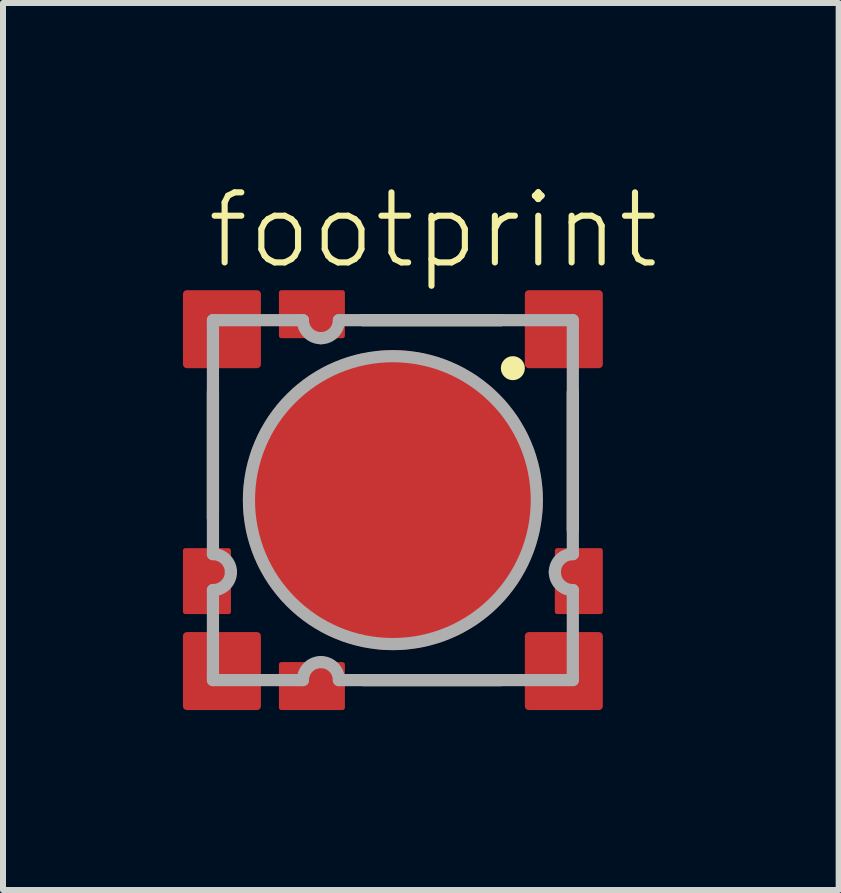
<source format=kicad_pcb>
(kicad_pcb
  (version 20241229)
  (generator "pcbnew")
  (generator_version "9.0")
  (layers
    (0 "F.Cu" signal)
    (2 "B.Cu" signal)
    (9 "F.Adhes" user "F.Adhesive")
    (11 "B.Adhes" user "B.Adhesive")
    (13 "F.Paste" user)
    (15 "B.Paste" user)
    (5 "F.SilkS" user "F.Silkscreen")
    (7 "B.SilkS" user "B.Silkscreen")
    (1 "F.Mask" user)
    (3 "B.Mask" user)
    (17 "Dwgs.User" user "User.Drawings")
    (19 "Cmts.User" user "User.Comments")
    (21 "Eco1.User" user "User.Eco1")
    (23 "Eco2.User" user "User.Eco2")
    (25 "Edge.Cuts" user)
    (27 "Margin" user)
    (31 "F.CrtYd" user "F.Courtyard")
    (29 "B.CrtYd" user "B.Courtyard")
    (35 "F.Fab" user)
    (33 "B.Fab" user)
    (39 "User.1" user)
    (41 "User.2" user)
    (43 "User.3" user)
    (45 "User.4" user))
  (footprint "footprint"
    (layer "F.Cu")
    (at 3.5 5.288)
    (property "Reference" "footprint" (at -3.15 -3.815 0) (layer "F.SilkS") (effects (font (size 1.168 1.168) (thickness 0.102)) (justify left bottom)))
    (fp_line (start -3 -1.8) (end -3 0.3) (stroke (width 0.203) (type solid)) (layer "F.SilkS"))
    (fp_line (start -0.5 3) (end 1.8 3) (stroke (width 0.203) (type solid)) (layer "F.SilkS"))
    (fp_line (start 1.8 -3) (end -0.5 -3) (stroke (width 0.203) (type solid)) (layer "F.SilkS"))
    (fp_line (start 3 0.5) (end 3 -1.8) (stroke (width 0.203) (type solid)) (layer "F.SilkS"))
    (fp_circle (center 2 -2.2) (end 2.1 -2.2) (stroke (width 0.2) (type solid)) (fill yes) (layer "F.SilkS"))
    (fp_line (start -3 -3) (end -3 0.9) (stroke (width 0.203) (type solid)) (layer "F.Fab"))
    (fp_line (start -3 1.5) (end -3 3) (stroke (width 0.203) (type solid)) (layer "F.Fab"))
    (fp_line (start -3 3) (end -1.5 3) (stroke (width 0.203) (type solid)) (layer "F.Fab"))
    (fp_line (start -1.5 -3) (end -3 -3) (stroke (width 0.203) (type solid)) (layer "F.Fab"))
    (fp_line (start -0.9 3) (end 3 3) (stroke (width 0.203) (type solid)) (layer "F.Fab"))
    (fp_line (start 3 -3) (end -0.9 -3) (stroke (width 0.203) (type solid)) (layer "F.Fab"))
    (fp_line (start 3 0.9) (end 3 -3) (stroke (width 0.203) (type solid)) (layer "F.Fab"))
    (fp_line (start 3 3) (end 3 1.5) (stroke (width 0.203) (type solid)) (layer "F.Fab"))
    (fp_arc (start -3 0.9) (mid -2.787868 0.987868) (end -2.7 1.2) (stroke (width 0.2032) (type solid)) (layer "F.Fab"))
    (fp_arc (start -2.7 1.2) (mid -2.787868 1.412132) (end -3 1.5) (stroke (width 0.2032) (type solid)) (layer "F.Fab"))
    (fp_arc (start -1.5 3) (mid -1.412132 2.787868) (end -1.2 2.7) (stroke (width 0.2032) (type solid)) (layer "F.Fab"))
    (fp_arc (start -1.2 -2.7) (mid -1.412132 -2.787868) (end -1.5 -3) (stroke (width 0.2032) (type solid)) (layer "F.Fab"))
    (fp_arc (start -1.2 2.7) (mid -0.987868 2.787868) (end -0.9 3) (stroke (width 0.2032) (type solid)) (layer "F.Fab"))
    (fp_arc (start -0.9 -3) (mid -0.987868 -2.787868) (end -1.2 -2.7) (stroke (width 0.2032) (type solid)) (layer "F.Fab"))
    (fp_arc (start 2.7 1.2) (mid 2.787868 0.987868) (end 3 0.9) (stroke (width 0.2032) (type solid)) (layer "F.Fab"))
    (fp_arc (start 3 1.5) (mid 2.787868 1.412132) (end 2.7 1.2) (stroke (width 0.2032) (type solid)) (layer "F.Fab"))
    (fp_circle (center 0 0) (end 2.4 0) (stroke (width 0.203) (type solid)) (fill no) (layer "F.Fab"))
    (pad "1" smd roundrect (at -2.85 -2.85) (size 1.3 1.3) (layers "F.Cu" "F.Mask" "F.Paste") (roundrect_rratio 0.05))
    (pad "2" smd roundrect (at -1.35 -3.1) (size 1.1 0.8) (layers "F.Cu" "F.Mask" "F.Paste") (roundrect_rratio 0.05))
    (pad "3" smd roundrect (at 2.85 -2.85) (size 1.3 1.3) (layers "F.Cu" "F.Mask" "F.Paste") (roundrect_rratio 0.05))
    (pad "4" smd roundrect (at 3.1 1.35 270) (size 1.1 0.8) (layers "F.Cu" "F.Mask" "F.Paste") (roundrect_rratio 0.05))
    (pad "5" smd roundrect (at 2.85 2.85) (size 1.3 1.3) (layers "F.Cu" "F.Mask" "F.Paste") (roundrect_rratio 0.05))
    (pad "6" smd roundrect (at -1.35 3.1 180) (size 1.1 0.8) (layers "F.Cu" "F.Mask" "F.Paste") (roundrect_rratio 0.05))
    (pad "7" smd roundrect (at -2.85 2.85) (size 1.3 1.3) (layers "F.Cu" "F.Mask" "F.Paste") (roundrect_rratio 0.05))
    (pad "8" smd roundrect (at -3.1 1.35 90) (size 1.1 0.8) (layers "F.Cu" "F.Mask" "F.Paste") (roundrect_rratio 0.05))
    (pad "9" smd roundrect (at 0 0) (size 5 5) (layers "F.Cu" "F.Mask" "F.Paste") (roundrect_rratio 0.5)))
  (gr_rect
    (start -3 -3)
    (end 10.932 11.788)
    (stroke (width 0.1) (type default))
    (fill no)
    (layer "Edge.Cuts")))
</source>
